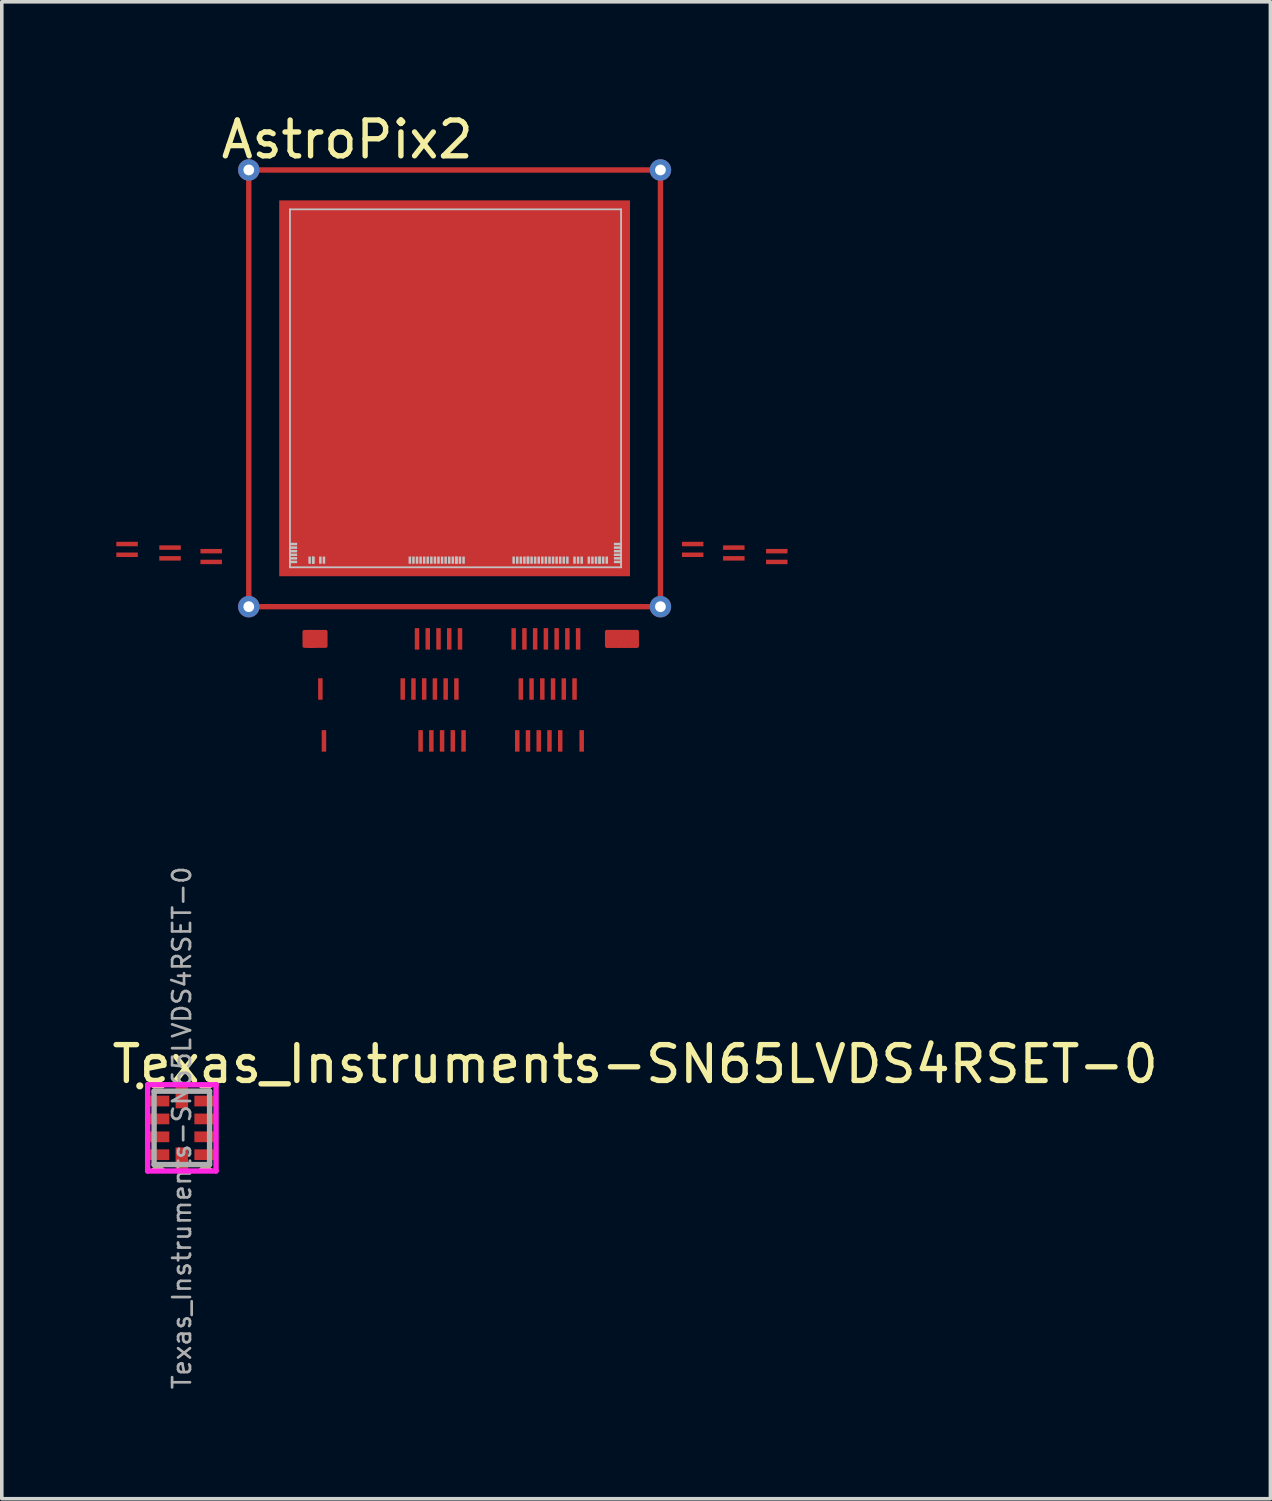
<source format=kicad_pcb>
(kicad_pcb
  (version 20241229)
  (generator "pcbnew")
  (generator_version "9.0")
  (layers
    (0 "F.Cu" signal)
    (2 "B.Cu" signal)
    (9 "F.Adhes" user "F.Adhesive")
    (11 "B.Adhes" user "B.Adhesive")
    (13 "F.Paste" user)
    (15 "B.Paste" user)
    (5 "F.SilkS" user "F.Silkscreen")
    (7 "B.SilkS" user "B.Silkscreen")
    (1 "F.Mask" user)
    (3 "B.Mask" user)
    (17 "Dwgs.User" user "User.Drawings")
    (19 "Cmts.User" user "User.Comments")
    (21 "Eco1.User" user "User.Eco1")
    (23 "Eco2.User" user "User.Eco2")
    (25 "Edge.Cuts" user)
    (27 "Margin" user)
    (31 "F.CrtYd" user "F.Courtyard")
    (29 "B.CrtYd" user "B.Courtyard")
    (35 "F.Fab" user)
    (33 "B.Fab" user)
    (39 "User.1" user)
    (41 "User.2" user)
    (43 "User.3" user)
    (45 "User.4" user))
  (footprint "Texas_Instruments-SN65LVDS4RSET-0"
    (layer "F.Cu")
    (at 2.03 28.458)
    (property "Reference" "Texas_Instruments-SN65LVDS4RSET-0" (at -2.03 -1.78 0) (layer "F.SilkS") (effects (font (size 1 1) (thickness 0.15)) (justify left)))
    (attr through_hole)
    (fp_line (start -0.775 -1.175) (end -0.55 -1.175) (stroke (width 0.15) (type solid)) (layer "F.SilkS"))
    (fp_line (start -0.775 1.175) (end -0.55 1.175) (stroke (width 0.15) (type solid)) (layer "F.SilkS"))
    (fp_line (start 0.55 -1.175) (end 0.775 -1.175) (stroke (width 0.15) (type solid)) (layer "F.SilkS"))
    (fp_line (start 0.55 1.175) (end 0.775 1.175) (stroke (width 0.15) (type solid)) (layer "F.SilkS"))
    (fp_circle (center -1.175 -1.173) (end -1.125 -1.173) (stroke (width 0.1) (type solid)) (fill no) (layer "F.SilkS"))
    (fp_poly (pts (xy -0.917 -0.613) (xy -0.917 -0.887) (xy -0.362 -0.887) (xy -0.362 -0.613)) (stroke (width 0) (type solid)) (fill yes) (layer "F.Paste"))
    (fp_poly (pts (xy -0.917 -0.112) (xy -0.917 -0.387) (xy -0.362 -0.387) (xy -0.362 -0.112)) (stroke (width 0) (type solid)) (fill yes) (layer "F.Paste"))
    (fp_poly (pts (xy -0.917 0.387) (xy -0.917 0.113) (xy -0.362 0.113) (xy -0.362 0.387)) (stroke (width 0) (type solid)) (fill yes) (layer "F.Paste"))
    (fp_poly (pts (xy -0.917 0.887) (xy -0.917 0.613) (xy -0.362 0.613) (xy -0.362 0.887)) (stroke (width 0) (type solid)) (fill yes) (layer "F.Paste"))
    (fp_poly (pts (xy -0.162 -1.163) (xy 0.163 -1.163) (xy 0.163 -0.558) (xy -0.162 -0.558)) (stroke (width 0) (type solid)) (fill yes) (layer "F.Paste"))
    (fp_poly (pts (xy -0.162 0.558) (xy 0.163 0.558) (xy 0.163 1.162) (xy -0.162 1.162)) (stroke (width 0) (type solid)) (fill yes) (layer "F.Paste"))
    (fp_poly (pts (xy 0.363 -0.613) (xy 0.363 -0.887) (xy 0.917 -0.887) (xy 0.917 -0.613)) (stroke (width 0) (type solid)) (fill yes) (layer "F.Paste"))
    (fp_poly (pts (xy 0.363 -0.112) (xy 0.363 -0.387) (xy 0.917 -0.387) (xy 0.917 -0.112)) (stroke (width 0) (type solid)) (fill yes) (layer "F.Paste"))
    (fp_poly (pts (xy 0.363 0.387) (xy 0.363 0.113) (xy 0.917 0.113) (xy 0.917 0.387)) (stroke (width 0) (type solid)) (fill yes) (layer "F.Paste"))
    (fp_poly (pts (xy 0.363 0.887) (xy 0.363 0.613) (xy 0.917 0.613) (xy 0.917 0.887)) (stroke (width 0) (type solid)) (fill yes) (layer "F.Paste"))
    (fp_line (start -0.955 -1.205) (end -0.955 1.205) (stroke (width 0.15) (type solid)) (layer "F.CrtYd"))
    (fp_line (start -0.955 1.205) (end 0.955 1.205) (stroke (width 0.15) (type solid)) (layer "F.CrtYd"))
    (fp_line (start 0.955 -1.205) (end -0.955 -1.205) (stroke (width 0.15) (type solid)) (layer "F.CrtYd"))
    (fp_line (start 0.955 -1.205) (end 0.955 -1.205) (stroke (width 0.15) (type solid)) (layer "F.CrtYd"))
    (fp_line (start 0.955 1.205) (end 0.955 -1.205) (stroke (width 0.15) (type solid)) (layer "F.CrtYd"))
    (fp_line (start -0.775 -1.025) (end 0.775 -1.025) (stroke (width 0.15) (type solid)) (layer "F.Fab"))
    (fp_line (start -0.775 1.025) (end -0.775 -1.025) (stroke (width 0.15) (type solid)) (layer "F.Fab"))
    (fp_line (start 0.775 -1.025) (end 0.775 1.025) (stroke (width 0.15) (type solid)) (layer "F.Fab"))
    (fp_line (start 0.775 1.025) (end -0.775 1.025) (stroke (width 0.15) (type solid)) (layer "F.Fab"))
    (fp_text user "${REFERENCE}" (at 0 0 90) (layer "F.Fab") (effects (font (size 0.5 0.5) (thickness 0.075))))
    (pad "1" smd rect (at -0.64 -0.75 270) (size 0.3 0.58) (layers "F.Cu" "F.Mask"))
    (pad "2" smd rect (at -0.64 -0.25 270) (size 0.3 0.58) (layers "F.Cu" "F.Mask"))
    (pad "3" smd rect (at -0.64 0.25 270) (size 0.3 0.58) (layers "F.Cu" "F.Mask"))
    (pad "4" smd rect (at -0.64 0.75 270) (size 0.3 0.58) (layers "F.Cu" "F.Mask"))
    (pad "5" smd rect (at 0.000004 0.86) (size 0.35 0.63) (layers "F.Cu" "F.Mask"))
    (pad "6" smd rect (at 0.64 0.75 270) (size 0.3 0.58) (layers "F.Cu" "F.Mask"))
    (pad "7" smd rect (at 0.64 0.25 270) (size 0.3 0.58) (layers "F.Cu" "F.Mask"))
    (pad "8" smd rect (at 0.64 -0.25 270) (size 0.3 0.58) (layers "F.Cu" "F.Mask"))
    (pad "9" smd rect (at 0.64 -0.75 270) (size 0.3 0.58) (layers "F.Cu" "F.Mask"))
    (pad "10" smd rect (at 0.000004 -0.86) (size 0.35 0.63) (layers "F.Cu" "F.Mask")))
  (footprint "AstroPix2"
    (layer "F.Cu")
    (at 9.65 7.798)
    (property "Reference" "AstroPix2" (at -3 -6.95 0) (layer "F.SilkS") (effects (font (size 1 1) (thickness 0.15))))
    (attr through_hole)
    (fp_line (start -5.75 -6.1) (end -5.75 6.1) (stroke (width 0.15) (type solid)) (layer "F.Cu"))
    (fp_line (start -5.75 6.1) (end 5.75 6.1) (stroke (width 0.15) (type solid)) (layer "F.Cu"))
    (fp_line (start 5.75 -6.1) (end -5.75 -6.1) (stroke (width 0.15) (type solid)) (layer "F.Cu"))
    (fp_line (start 5.75 6.1) (end 5.75 -6.1) (stroke (width 0.15) (type solid)) (layer "F.Cu"))
    (fp_poly (pts (xy -3.6 7.2) (xy -4.2 7.2) (xy -4.2 6.8) (xy -3.6 6.8)) (stroke (width 0.1) (type solid)) (fill yes) (layer "F.Cu"))
    (fp_poly (pts (xy 5.1 7.2) (xy 4.25 7.2) (xy 4.25 6.8) (xy 5.1 6.8)) (stroke (width 0.1) (type solid)) (fill yes) (layer "F.Cu"))
    (fp_poly (pts (xy -6.4 5.05) (xy -9.6 5.05) (xy -9.6 4.2) (xy -6.4 4.2)) (stroke (width 0.1) (type solid)) (fill yes) (layer "F.Mask"))
    (fp_poly (pts (xy -3.45 7.4) (xy -4.35 7.4) (xy -4.35 6.6) (xy -3.45 6.6)) (stroke (width 0.1) (type solid)) (fill yes) (layer "F.Mask"))
    (fp_poly (pts (xy -3.45 10.25) (xy -3.85 10.25) (xy -3.85 8) (xy -3.45 8)) (stroke (width 0.1) (type solid)) (fill yes) (layer "F.Mask"))
    (fp_poly (pts (xy 0.2 8.8) (xy -1.6 8.8) (xy -1.6 8) (xy 0.2 8)) (stroke (width 0.1) (type solid)) (fill yes) (layer "F.Mask"))
    (fp_poly (pts (xy 0.3 7.4) (xy -1.2 7.4) (xy -1.2 6.6) (xy 0.3 6.6)) (stroke (width 0.1) (type solid)) (fill yes) (layer "F.Mask"))
    (fp_poly (pts (xy 0.4 10.25) (xy -1.1 10.25) (xy -1.1 9.45) (xy 0.4 9.45)) (stroke (width 0.1) (type solid)) (fill yes) (layer "F.Mask"))
    (fp_poly (pts (xy 3.5 8.8) (xy 1.7 8.8) (xy 1.7 8) (xy 3.5 8)) (stroke (width 0.1) (type solid)) (fill yes) (layer "F.Mask"))
    (fp_poly (pts (xy 3.55 7.4) (xy 1.55 7.4) (xy 1.55 6.6) (xy 3.55 6.6)) (stroke (width 0.1) (type solid)) (fill yes) (layer "F.Mask"))
    (fp_poly (pts (xy 3.7 10.25) (xy 1.6 10.25) (xy 1.6 9.45) (xy 3.7 9.45)) (stroke (width 0.1) (type solid)) (fill yes) (layer "F.Mask"))
    (fp_poly (pts (xy 5.25 7.4) (xy 4.1 7.4) (xy 4.1 6.6) (xy 5.25 6.6)) (stroke (width 0.1) (type solid)) (fill yes) (layer "F.Mask"))
    (fp_poly (pts (xy 5.75 6.1) (xy -5.75 6.1) (xy -5.75 -6.1) (xy 5.75 -6.1)) (stroke (width 0.1) (type solid)) (fill yes) (layer "F.Mask"))
    (fp_poly (pts (xy 9.45 5.05) (xy 6.25 5.05) (xy 6.25 4.2) (xy 9.45 4.2)) (stroke (width 0.1) (type solid)) (fill yes) (layer "F.Mask"))
    (fp_line (start -4.6 -5) (end 4.65 -5) (stroke (width 0.05) (type solid)) (layer "Dwgs.User"))
    (fp_line (start -4.6 5) (end -4.6 -5) (stroke (width 0.05) (type solid)) (layer "Dwgs.User"))
    (fp_line (start 4.65 -5) (end 4.65 5) (stroke (width 0.05) (type solid)) (layer "Dwgs.User"))
    (fp_line (start 4.65 5) (end -4.6 5) (stroke (width 0.05) (type solid)) (layer "Dwgs.User"))
    (pad "" smd rect (at -4.5 4.35 90) (size 0.07 0.2) (layers "Dwgs.User"))
    (pad "" smd rect (at -4.5 4.45 90) (size 0.07 0.2) (layers "Dwgs.User"))
    (pad "" smd rect (at -4.5 4.55 90) (size 0.07 0.2) (layers "Dwgs.User"))
    (pad "" smd rect (at -4.5 4.65 90) (size 0.07 0.2) (layers "Dwgs.User"))
    (pad "" smd rect (at -4.5 4.75 90) (size 0.07 0.2) (layers "Dwgs.User"))
    (pad "" smd rect (at -4.5 4.85 90) (size 0.07 0.2) (layers "Dwgs.User"))
    (pad "" smd rect (at -4.05 4.8) (size 0.07 0.2) (layers "Dwgs.User"))
    (pad "" smd rect (at -3.95 4.8) (size 0.07 0.2) (layers "Dwgs.User"))
    (pad "" smd rect (at -3.95 4.8) (size 0.07 0.2) (layers "Dwgs.User"))
    (pad "" smd rect (at -3.75 4.8) (size 0.07 0.2) (layers "Dwgs.User"))
    (pad "" smd rect (at -3.65 4.8) (size 0.07 0.2) (layers "Dwgs.User"))
    (pad "" smd rect (at -1.25 4.8) (size 0.07 0.2) (layers "Dwgs.User"))
    (pad "" smd rect (at -1.15 4.8) (size 0.07 0.2) (layers "Dwgs.User"))
    (pad "" smd rect (at -1.05 4.8) (size 0.07 0.2) (layers "Dwgs.User"))
    (pad "" smd rect (at -0.95 4.8) (size 0.07 0.2) (layers "Dwgs.User"))
    (pad "" smd rect (at -0.85 4.8) (size 0.07 0.2) (layers "Dwgs.User"))
    (pad "" smd rect (at -0.75 4.8) (size 0.07 0.2) (layers "Dwgs.User"))
    (pad "" smd rect (at -0.65 4.8) (size 0.07 0.2) (layers "Dwgs.User"))
    (pad "" smd rect (at -0.55 4.8) (size 0.07 0.2) (layers "Dwgs.User"))
    (pad "" smd rect (at -0.45 4.8) (size 0.07 0.2) (layers "Dwgs.User"))
    (pad "" smd rect (at -0.35 4.8) (size 0.07 0.2) (layers "Dwgs.User"))
    (pad "" smd rect (at -0.25 4.8) (size 0.07 0.2) (layers "Dwgs.User"))
    (pad "" smd rect (at -0.15 4.8) (size 0.07 0.2) (layers "Dwgs.User"))
    (pad "" smd rect (at -0.05 4.8) (size 0.07 0.2) (layers "Dwgs.User"))
    (pad "" smd rect (at 0.05 4.8) (size 0.07 0.2) (layers "Dwgs.User"))
    (pad "" smd rect (at 0.05 4.8) (size 0.07 0.2) (layers "Dwgs.User"))
    (pad "" smd rect (at 0.15 4.8) (size 0.07 0.2) (layers "Dwgs.User"))
    (pad "" smd rect (at 0.25 4.8) (size 0.07 0.2) (layers "Dwgs.User"))
    (pad "" smd rect (at 1.65 4.8) (size 0.07 0.2) (layers "Dwgs.User"))
    (pad "" smd rect (at 1.75 4.8) (size 0.07 0.2) (layers "Dwgs.User"))
    (pad "" smd rect (at 1.85 4.8) (size 0.07 0.2) (layers "Dwgs.User"))
    (pad "" smd rect (at 1.95 4.8) (size 0.07 0.2) (layers "Dwgs.User"))
    (pad "" smd rect (at 2.05 4.8) (size 0.07 0.2) (layers "Dwgs.User"))
    (pad "" smd rect (at 2.05 4.8) (size 0.07 0.2) (layers "Dwgs.User"))
    (pad "" smd rect (at 2.15 4.8) (size 0.07 0.2) (layers "Dwgs.User"))
    (pad "" smd rect (at 2.25 4.8) (size 0.07 0.2) (layers "Dwgs.User"))
    (pad "" smd rect (at 2.35 4.8) (size 0.07 0.2) (layers "Dwgs.User"))
    (pad "" smd rect (at 2.45 4.8) (size 0.07 0.2) (layers "Dwgs.User"))
    (pad "" smd rect (at 2.55 4.8) (size 0.07 0.2) (layers "Dwgs.User"))
    (pad "" smd rect (at 2.65 4.8) (size 0.07 0.2) (layers "Dwgs.User"))
    (pad "" smd rect (at 2.75 4.8) (size 0.07 0.2) (layers "Dwgs.User"))
    (pad "" smd rect (at 2.85 4.8) (size 0.07 0.2) (layers "Dwgs.User"))
    (pad "" smd rect (at 2.95 4.8) (size 0.07 0.2) (layers "Dwgs.User"))
    (pad "" smd rect (at 3.05 4.8) (size 0.07 0.2) (layers "Dwgs.User"))
    (pad "" smd rect (at 3.15 4.8) (size 0.07 0.2) (layers "Dwgs.User"))
    (pad "" smd rect (at 3.35 4.8) (size 0.07 0.2) (layers "Dwgs.User"))
    (pad "" smd rect (at 3.45 4.8) (size 0.07 0.2) (layers "Dwgs.User"))
    (pad "" smd rect (at 3.55 4.8) (size 0.07 0.2) (layers "Dwgs.User"))
    (pad "" smd rect (at 3.75 4.8) (size 0.07 0.2) (layers "Dwgs.User"))
    (pad "" smd rect (at 3.85 4.8) (size 0.07 0.2) (layers "Dwgs.User"))
    (pad "" smd rect (at 3.95 4.8) (size 0.07 0.2) (layers "Dwgs.User"))
    (pad "" smd rect (at 4.05 4.8) (size 0.07 0.2) (layers "Dwgs.User"))
    (pad "" smd rect (at 4.05 4.8) (size 0.07 0.2) (layers "Dwgs.User"))
    (pad "" smd rect (at 4.15 4.8) (size 0.07 0.2) (layers "Dwgs.User"))
    (pad "" smd rect (at 4.25 4.8) (size 0.07 0.2) (layers "Dwgs.User"))
    (pad "" smd rect (at 4.55 4.35 90) (size 0.07 0.2) (layers "Dwgs.User"))
    (pad "" smd rect (at 4.55 4.45 90) (size 0.07 0.2) (layers "Dwgs.User"))
    (pad "" smd rect (at 4.55 4.55 90) (size 0.07 0.2) (layers "Dwgs.User"))
    (pad "" smd rect (at 4.55 4.65 90) (size 0.07 0.2) (layers "Dwgs.User"))
    (pad "" smd rect (at 4.55 4.75 90) (size 0.07 0.2) (layers "Dwgs.User"))
    (pad "" smd rect (at 4.55 4.85 90) (size 0.07 0.2) (layers "Dwgs.User"))
    (pad "B0" smd rect (at 0 0) (size 9.8 10.5) (layers "F.Cu" "F.Mask" "F.Paste"))
    (pad "B1" smd rect (at -4.05 7) (size 0.125 0.5) (layers "F.Cu" "F.Mask" "F.Paste"))
    (pad "B2" smd rect (at -3.95 7) (size 0.125 0.5) (layers "F.Cu" "F.Mask" "F.Paste"))
    (pad "B3" smd rect (at -3.75 8.4) (size 0.125 0.6) (layers "F.Cu" "F.Mask" "F.Paste"))
    (pad "B4" smd rect (at -3.65 9.85) (size 0.125 0.6) (layers "F.Cu" "F.Mask" "F.Paste"))
    (pad "B5" smd rect (at -1.45 8.4) (size 0.125 0.6) (layers "F.Cu" "F.Mask" "F.Paste"))
    (pad "B6" smd rect (at -1.15 8.4) (size 0.125 0.6) (layers "F.Cu" "F.Mask" "F.Paste"))
    (pad "B7" smd rect (at -1.05 7) (size 0.125 0.6) (layers "F.Cu" "F.Mask" "F.Paste"))
    (pad "B8" smd rect (at -0.95 9.85) (size 0.125 0.6) (layers "F.Cu" "F.Mask" "F.Paste"))
    (pad "B9" smd rect (at -0.85 8.4) (size 0.125 0.6) (layers "F.Cu" "F.Mask" "F.Paste"))
    (pad "B10" smd rect (at -0.75 7) (size 0.125 0.6) (layers "F.Cu" "F.Mask" "F.Paste"))
    (pad "B11" smd rect (at -0.65 9.85) (size 0.125 0.6) (layers "F.Cu" "F.Mask" "F.Paste"))
    (pad "B12" smd rect (at -0.55 8.4) (size 0.125 0.6) (layers "F.Cu" "F.Mask" "F.Paste"))
    (pad "B13" smd rect (at -0.45 7) (size 0.125 0.6) (layers "F.Cu" "F.Mask" "F.Paste"))
    (pad "B14" smd rect (at -0.35 9.85) (size 0.125 0.6) (layers "F.Cu" "F.Mask" "F.Paste"))
    (pad "B15" smd rect (at -0.25 8.4) (size 0.125 0.6) (layers "F.Cu" "F.Mask" "F.Paste"))
    (pad "B16" smd rect (at -0.15 7) (size 0.125 0.6) (layers "F.Cu" "F.Mask" "F.Paste"))
    (pad "B17" smd rect (at -0.05 9.85) (size 0.125 0.6) (layers "F.Cu" "F.Mask" "F.Paste"))
    (pad "B18" smd rect (at 0.05 8.4) (size 0.125 0.6) (layers "F.Cu" "F.Mask" "F.Paste"))
    (pad "B19" smd rect (at 0.15 7) (size 0.125 0.6) (layers "F.Cu" "F.Mask" "F.Paste"))
    (pad "B20" smd rect (at 0.25 9.85) (size 0.125 0.6) (layers "F.Cu" "F.Mask" "F.Paste"))
    (pad "B21" smd rect (at 1.65 7) (size 0.125 0.6) (layers "F.Cu" "F.Mask" "F.Paste"))
    (pad "B22" smd rect (at 1.75 9.85) (size 0.125 0.6) (layers "F.Cu" "F.Mask" "F.Paste"))
    (pad "B23" smd rect (at 1.85 8.4) (size 0.125 0.6) (layers "F.Cu" "F.Mask" "F.Paste"))
    (pad "B24" smd rect (at 1.95 7) (size 0.125 0.6) (layers "F.Cu" "F.Mask" "F.Paste"))
    (pad "B25" smd rect (at 2.05 9.85) (size 0.125 0.6) (layers "F.Cu" "F.Mask" "F.Paste"))
    (pad "B26" smd rect (at 2.15 8.4) (size 0.125 0.6) (layers "F.Cu" "F.Mask" "F.Paste"))
    (pad "B27" smd rect (at 2.25 7) (size 0.125 0.6) (layers "F.Cu" "F.Mask" "F.Paste"))
    (pad "B28" smd rect (at 2.35 9.85) (size 0.125 0.6) (layers "F.Cu" "F.Mask" "F.Paste"))
    (pad "B29" smd rect (at 2.45 8.4) (size 0.125 0.6) (layers "F.Cu" "F.Mask" "F.Paste"))
    (pad "B30" smd rect (at 2.55 7) (size 0.125 0.6) (layers "F.Cu" "F.Mask" "F.Paste"))
    (pad "B31" smd rect (at 2.65 9.85) (size 0.125 0.6) (layers "F.Cu" "F.Mask" "F.Paste"))
    (pad "B32" smd rect (at 2.75 8.4) (size 0.125 0.6) (layers "F.Cu" "F.Mask" "F.Paste"))
    (pad "B33" smd rect (at 2.85 7) (size 0.125 0.6) (layers "F.Cu" "F.Mask" "F.Paste"))
    (pad "B34" smd rect (at 2.95 9.85) (size 0.125 0.6) (layers "F.Cu" "F.Mask" "F.Paste"))
    (pad "B35" smd rect (at 3.05 8.4) (size 0.125 0.6) (layers "F.Cu" "F.Mask" "F.Paste"))
    (pad "B36" smd rect (at 3.15 7) (size 0.125 0.6) (layers "F.Cu" "F.Mask" "F.Paste"))
    (pad "B37" smd rect (at 3.35 8.4) (size 0.125 0.6) (layers "F.Cu" "F.Mask" "F.Paste"))
    (pad "B38" smd rect (at 3.45 7) (size 0.125 0.6) (layers "F.Cu" "F.Mask" "F.Paste"))
    (pad "B39" smd rect (at 3.55 9.85) (size 0.125 0.6) (layers "F.Cu" "F.Mask" "F.Paste"))
    (pad "B40" smd rect (at 4.3 7) (size 0.125 0.5) (layers "F.Cu" "F.Mask" "F.Paste"))
    (pad "B41" smd rect (at 4.45 7) (size 0.125 0.5) (layers "F.Cu" "F.Mask" "F.Paste"))
    (pad "B42" smd rect (at 4.6 7) (size 0.125 0.5) (layers "F.Cu" "F.Mask" "F.Paste"))
    (pad "B43" smd rect (at 4.75 7) (size 0.125 0.5) (layers "F.Cu" "F.Mask" "F.Paste"))
    (pad "B44" smd rect (at 4.9 7) (size 0.125 0.5) (layers "F.Cu" "F.Mask" "F.Paste"))
    (pad "B45" smd rect (at 5.05 7) (size 0.125 0.5) (layers "F.Cu" "F.Mask" "F.Paste"))
    (pad "L1" smd rect (at -9.15 4.35 270) (size 0.125 0.6) (layers "F.Cu" "F.Mask" "F.Paste"))
    (pad "L2" smd rect (at -7.95 4.45 270) (size 0.125 0.6) (layers "F.Cu" "F.Mask" "F.Paste"))
    (pad "L3" smd rect (at -6.8 4.55 270) (size 0.125 0.6) (layers "F.Cu" "F.Mask" "F.Paste"))
    (pad "L4" smd rect (at -9.15 4.65 270) (size 0.125 0.6) (layers "F.Cu" "F.Mask" "F.Paste"))
    (pad "L5" smd rect (at -7.95 4.75 270) (size 0.125 0.6) (layers "F.Cu" "F.Mask" "F.Paste"))
    (pad "L6" smd rect (at -6.8 4.85 270) (size 0.125 0.6) (layers "F.Cu" "F.Mask" "F.Paste"))
    (pad "R1" smd rect (at 9 4.85 90) (size 0.125 0.6) (layers "F.Cu" "F.Mask" "F.Paste"))
    (pad "R2" smd rect (at 7.8 4.75 90) (size 0.125 0.6) (layers "F.Cu" "F.Mask" "F.Paste"))
    (pad "R3" smd rect (at 6.65 4.65 90) (size 0.125 0.6) (layers "F.Cu" "F.Mask" "F.Paste"))
    (pad "R4" smd rect (at 9 4.55 90) (size 0.125 0.6) (layers "F.Cu" "F.Mask" "F.Paste"))
    (pad "R5" smd rect (at 7.8 4.45 90) (size 0.125 0.6) (layers "F.Cu" "F.Mask" "F.Paste"))
    (pad "R6" smd rect (at 6.65 4.35 90) (size 0.125 0.6) (layers "F.Cu" "F.Mask" "F.Paste"))
    (pad "Ring1" thru_hole circle (at -5.75 -6.1) (size 0.6 0.6) (drill 0.3) (layers "*.Cu" "*.Mask"))
    (pad "Ring1" thru_hole circle (at -5.75 6.1) (size 0.6 0.6) (drill 0.3) (layers "*.Cu" "*.Mask"))
    (pad "Ring1" thru_hole circle (at 5.75 -6.1) (size 0.6 0.6) (drill 0.3) (layers "*.Cu" "*.Mask"))
    (pad "Ring1" thru_hole circle (at 5.75 6.1) (size 0.6 0.6) (drill 0.3) (layers "*.Cu" "*.Mask")))
  (gr_rect
    (start -3 -3)
    (end 32.44 38.818)
    (stroke (width 0.1) (type default))
    (fill no)
    (layer "Edge.Cuts")))
</source>
